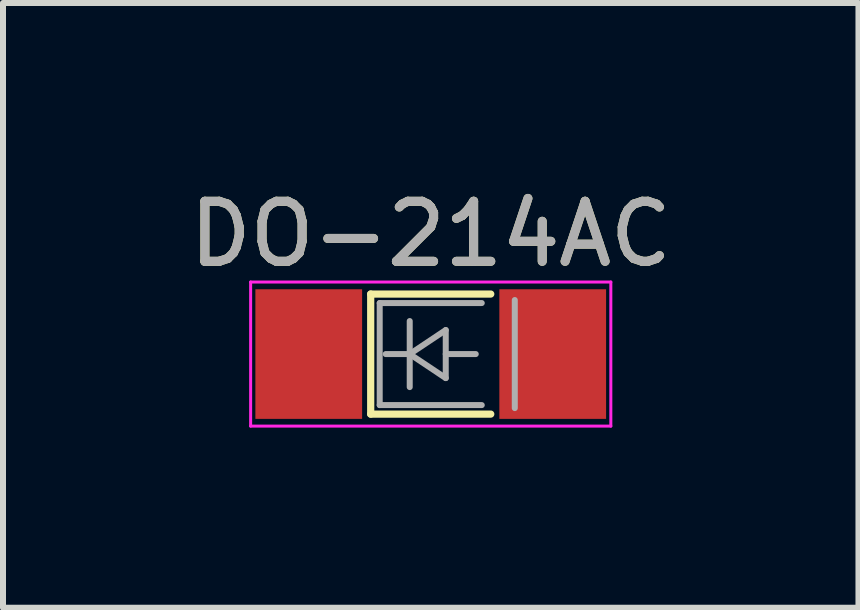
<source format=kicad_pcb>
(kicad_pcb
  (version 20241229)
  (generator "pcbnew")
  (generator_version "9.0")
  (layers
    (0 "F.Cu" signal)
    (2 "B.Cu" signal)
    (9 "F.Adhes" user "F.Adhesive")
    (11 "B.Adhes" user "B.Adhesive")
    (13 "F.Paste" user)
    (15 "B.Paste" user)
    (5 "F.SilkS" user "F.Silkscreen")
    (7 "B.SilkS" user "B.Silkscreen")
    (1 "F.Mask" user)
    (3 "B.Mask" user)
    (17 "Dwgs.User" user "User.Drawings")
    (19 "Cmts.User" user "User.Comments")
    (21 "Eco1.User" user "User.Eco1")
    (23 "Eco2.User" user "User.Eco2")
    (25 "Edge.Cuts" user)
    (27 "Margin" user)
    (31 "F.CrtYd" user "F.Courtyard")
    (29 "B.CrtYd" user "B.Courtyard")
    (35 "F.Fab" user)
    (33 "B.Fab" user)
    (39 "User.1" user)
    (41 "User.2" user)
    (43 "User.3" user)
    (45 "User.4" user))
  (footprint "DO-214AC"
    (layer "F.Cu")
    (at 4.125 2.848)
    (property "Reference" "DO-214AC" (at 0 -2 0) (layer "F.SilkS") (effects (font (size 1 1) (thickness 0.15))))
    (attr smd)
    (fp_line (start -1 -1) (end -1 1) (stroke (width 0.12) (type solid)) (layer "F.SilkS"))
    (fp_line (start -1 -1) (end 1 -1) (stroke (width 0.12) (type solid)) (layer "F.SilkS"))
    (fp_line (start -1 1) (end 1 1) (stroke (width 0.12) (type solid)) (layer "F.SilkS"))
    (fp_line (start -3 -1.2) (end -3 1.2) (stroke (width 0.05) (type solid)) (layer "F.CrtYd"))
    (fp_line (start -3 -1.2) (end 3 -1.2) (stroke (width 0.05) (type solid)) (layer "F.CrtYd"))
    (fp_line (start 3 -1.2) (end 3 1.2) (stroke (width 0.05) (type solid)) (layer "F.CrtYd"))
    (fp_line (start 3 1.2) (end -3 1.2) (stroke (width 0.05) (type solid)) (layer "F.CrtYd"))
    (fp_line (start -0.85 -0.85) (end 0.85 -0.85) (stroke (width 0.1) (type solid)) (layer "F.Fab"))
    (fp_line (start -0.85 0.85) (end -0.85 -0.85) (stroke (width 0.1) (type solid)) (layer "F.Fab"))
    (fp_line (start -0.75 0) (end -0.35 0) (stroke (width 0.1) (type solid)) (layer "F.Fab"))
    (fp_line (start -0.35 0) (end -0.35 -0.55) (stroke (width 0.1) (type solid)) (layer "F.Fab"))
    (fp_line (start -0.35 0) (end -0.35 0.55) (stroke (width 0.1) (type solid)) (layer "F.Fab"))
    (fp_line (start -0.35 0) (end 0.25 -0.4) (stroke (width 0.1) (type solid)) (layer "F.Fab"))
    (fp_line (start 0.25 -0.4) (end 0.25 0.4) (stroke (width 0.1) (type solid)) (layer "F.Fab"))
    (fp_line (start 0.25 0) (end 0.75 0) (stroke (width 0.1) (type solid)) (layer "F.Fab"))
    (fp_line (start 0.25 0.4) (end -0.35 0) (stroke (width 0.1) (type solid)) (layer "F.Fab"))
    (fp_line (start 0.85 0.85) (end -0.85 0.85) (stroke (width 0.1) (type solid)) (layer "F.Fab"))
    (fp_line (start 1.4 -0.9) (end 1.4 0.9) (stroke (width 0.1) (type solid)) (layer "F.Fab"))
    (fp_text user "${REFERENCE}" (at 0 -2 0) (layer "F.Fab") (effects (font (size 1 1) (thickness 0.15))))
    (pad "1" smd rect (at -2.032 0) (size 1.778 2.159) (layers "F.Cu" "F.Mask" "F.Paste"))
    (pad "2" smd rect (at 2.032 0) (size 1.778 2.159) (layers "F.Cu" "F.Mask" "F.Paste")))
  (gr_rect
    (start -3 -3)
    (end 11.25 7.073)
    (stroke (width 0.1) (type default))
    (fill no)
    (layer "Edge.Cuts")))
</source>
